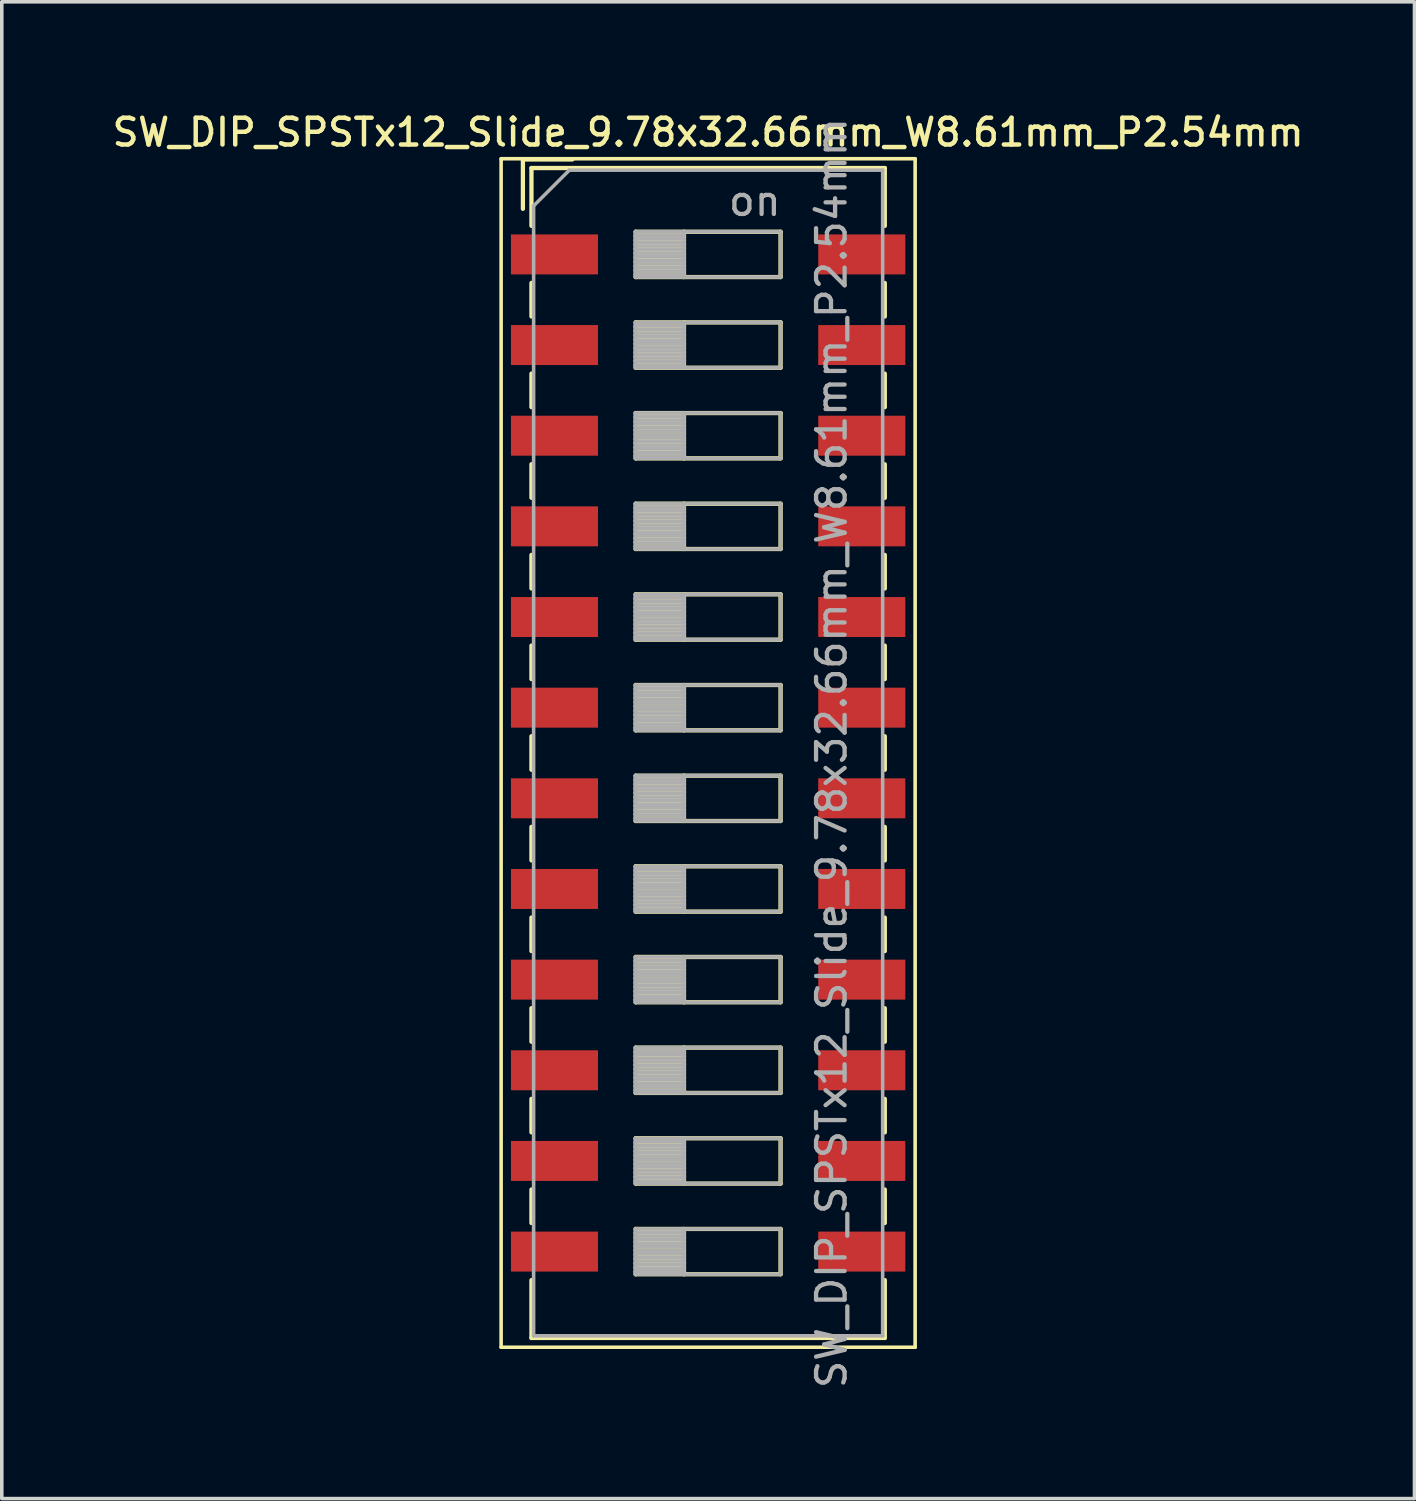
<source format=kicad_pcb>
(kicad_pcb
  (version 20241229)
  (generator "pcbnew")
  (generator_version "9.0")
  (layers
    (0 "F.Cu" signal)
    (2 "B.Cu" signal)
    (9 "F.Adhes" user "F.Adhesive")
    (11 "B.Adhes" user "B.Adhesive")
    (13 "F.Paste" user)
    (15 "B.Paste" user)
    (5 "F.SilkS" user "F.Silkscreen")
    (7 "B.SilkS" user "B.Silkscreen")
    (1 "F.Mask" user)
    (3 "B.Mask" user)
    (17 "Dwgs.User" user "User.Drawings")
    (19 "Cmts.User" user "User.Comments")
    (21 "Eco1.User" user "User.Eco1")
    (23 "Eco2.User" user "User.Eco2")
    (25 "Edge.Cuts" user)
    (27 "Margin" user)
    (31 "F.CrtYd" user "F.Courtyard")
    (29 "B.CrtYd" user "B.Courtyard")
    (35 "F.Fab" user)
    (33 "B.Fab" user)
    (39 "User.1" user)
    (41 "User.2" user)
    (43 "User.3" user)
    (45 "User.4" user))
  (footprint "SW_DIP_SPSTx12_Slide_9.78x32.66mm_W8.61mm_P2.54mm"
    (layer "F.Cu")
    (at 16.791 18.048)
    (property "Reference" "SW_DIP_SPSTx12_Slide_9.78x32.66mm_W8.61mm_P2.54mm" (at 0 -17.39 0) (layer "F.SilkS") (effects (font (size 0.75 0.75) (thickness 0.125))))
    (attr smd)
    (fp_line (start -5.8 -16.65) (end -5.8 16.65) (stroke (width 0.1) (type solid)) (layer "F.SilkS"))
    (fp_line (start -5.8 16.65) (end 5.8 16.65) (stroke (width 0.1) (type solid)) (layer "F.SilkS"))
    (fp_line (start -5.19 -16.63) (end -5.19 -15.247) (stroke (width 0.12) (type solid)) (layer "F.SilkS"))
    (fp_line (start -5.19 -16.63) (end -3.806 -16.63) (stroke (width 0.12) (type solid)) (layer "F.SilkS"))
    (fp_line (start -4.95 -16.39) (end -4.95 -14.77) (stroke (width 0.12) (type solid)) (layer "F.SilkS"))
    (fp_line (start -4.95 -16.39) (end 4.95 -16.39) (stroke (width 0.12) (type solid)) (layer "F.SilkS"))
    (fp_line (start -4.95 -13.17) (end -4.95 -12.23) (stroke (width 0.12) (type solid)) (layer "F.SilkS"))
    (fp_line (start -4.95 -10.63) (end -4.95 -9.69) (stroke (width 0.12) (type solid)) (layer "F.SilkS"))
    (fp_line (start -4.95 -8.09) (end -4.95 -7.15) (stroke (width 0.12) (type solid)) (layer "F.SilkS"))
    (fp_line (start -4.95 -5.55) (end -4.95 -4.61) (stroke (width 0.12) (type solid)) (layer "F.SilkS"))
    (fp_line (start -4.95 -3.01) (end -4.95 -2.07) (stroke (width 0.12) (type solid)) (layer "F.SilkS"))
    (fp_line (start -4.95 -0.47) (end -4.95 0.47) (stroke (width 0.12) (type solid)) (layer "F.SilkS"))
    (fp_line (start -4.95 2.07) (end -4.95 3.01) (stroke (width 0.12) (type solid)) (layer "F.SilkS"))
    (fp_line (start -4.95 4.61) (end -4.95 5.55) (stroke (width 0.12) (type solid)) (layer "F.SilkS"))
    (fp_line (start -4.95 7.15) (end -4.95 8.09) (stroke (width 0.12) (type solid)) (layer "F.SilkS"))
    (fp_line (start -4.95 9.69) (end -4.95 10.63) (stroke (width 0.12) (type solid)) (layer "F.SilkS"))
    (fp_line (start -4.95 12.23) (end -4.95 13.17) (stroke (width 0.12) (type solid)) (layer "F.SilkS"))
    (fp_line (start -4.95 14.77) (end -4.95 16.39) (stroke (width 0.12) (type solid)) (layer "F.SilkS"))
    (fp_line (start -4.95 16.39) (end 4.95 16.39) (stroke (width 0.12) (type solid)) (layer "F.SilkS"))
    (fp_line (start -2.03 -14.605) (end -2.03 -13.335) (stroke (width 0.12) (type solid)) (layer "F.SilkS"))
    (fp_line (start -2.03 -14.485) (end -0.677 -14.485) (stroke (width 0.12) (type solid)) (layer "F.SilkS"))
    (fp_line (start -2.03 -14.365) (end -0.677 -14.365) (stroke (width 0.12) (type solid)) (layer "F.SilkS"))
    (fp_line (start -2.03 -14.245) (end -0.677 -14.245) (stroke (width 0.12) (type solid)) (layer "F.SilkS"))
    (fp_line (start -2.03 -14.125) (end -0.677 -14.125) (stroke (width 0.12) (type solid)) (layer "F.SilkS"))
    (fp_line (start -2.03 -14.005) (end -0.677 -14.005) (stroke (width 0.12) (type solid)) (layer "F.SilkS"))
    (fp_line (start -2.03 -13.885) (end -0.677 -13.885) (stroke (width 0.12) (type solid)) (layer "F.SilkS"))
    (fp_line (start -2.03 -13.765) (end -0.677 -13.765) (stroke (width 0.12) (type solid)) (layer "F.SilkS"))
    (fp_line (start -2.03 -13.645) (end -0.677 -13.645) (stroke (width 0.12) (type solid)) (layer "F.SilkS"))
    (fp_line (start -2.03 -13.525) (end -0.677 -13.525) (stroke (width 0.12) (type solid)) (layer "F.SilkS"))
    (fp_line (start -2.03 -13.405) (end -0.677 -13.405) (stroke (width 0.12) (type solid)) (layer "F.SilkS"))
    (fp_line (start -2.03 -13.335) (end 2.03 -13.335) (stroke (width 0.12) (type solid)) (layer "F.SilkS"))
    (fp_line (start -2.03 -12.065) (end -2.03 -10.795) (stroke (width 0.12) (type solid)) (layer "F.SilkS"))
    (fp_line (start -2.03 -11.945) (end -0.677 -11.945) (stroke (width 0.12) (type solid)) (layer "F.SilkS"))
    (fp_line (start -2.03 -11.825) (end -0.677 -11.825) (stroke (width 0.12) (type solid)) (layer "F.SilkS"))
    (fp_line (start -2.03 -11.705) (end -0.677 -11.705) (stroke (width 0.12) (type solid)) (layer "F.SilkS"))
    (fp_line (start -2.03 -11.585) (end -0.677 -11.585) (stroke (width 0.12) (type solid)) (layer "F.SilkS"))
    (fp_line (start -2.03 -11.465) (end -0.677 -11.465) (stroke (width 0.12) (type solid)) (layer "F.SilkS"))
    (fp_line (start -2.03 -11.345) (end -0.677 -11.345) (stroke (width 0.12) (type solid)) (layer "F.SilkS"))
    (fp_line (start -2.03 -11.225) (end -0.677 -11.225) (stroke (width 0.12) (type solid)) (layer "F.SilkS"))
    (fp_line (start -2.03 -11.105) (end -0.677 -11.105) (stroke (width 0.12) (type solid)) (layer "F.SilkS"))
    (fp_line (start -2.03 -10.985) (end -0.677 -10.985) (stroke (width 0.12) (type solid)) (layer "F.SilkS"))
    (fp_line (start -2.03 -10.865) (end -0.677 -10.865) (stroke (width 0.12) (type solid)) (layer "F.SilkS"))
    (fp_line (start -2.03 -10.795) (end 2.03 -10.795) (stroke (width 0.12) (type solid)) (layer "F.SilkS"))
    (fp_line (start -2.03 -9.525) (end -2.03 -8.255) (stroke (width 0.12) (type solid)) (layer "F.SilkS"))
    (fp_line (start -2.03 -9.405) (end -0.677 -9.405) (stroke (width 0.12) (type solid)) (layer "F.SilkS"))
    (fp_line (start -2.03 -9.285) (end -0.677 -9.285) (stroke (width 0.12) (type solid)) (layer "F.SilkS"))
    (fp_line (start -2.03 -9.165) (end -0.677 -9.165) (stroke (width 0.12) (type solid)) (layer "F.SilkS"))
    (fp_line (start -2.03 -9.045) (end -0.677 -9.045) (stroke (width 0.12) (type solid)) (layer "F.SilkS"))
    (fp_line (start -2.03 -8.925) (end -0.677 -8.925) (stroke (width 0.12) (type solid)) (layer "F.SilkS"))
    (fp_line (start -2.03 -8.805) (end -0.677 -8.805) (stroke (width 0.12) (type solid)) (layer "F.SilkS"))
    (fp_line (start -2.03 -8.685) (end -0.677 -8.685) (stroke (width 0.12) (type solid)) (layer "F.SilkS"))
    (fp_line (start -2.03 -8.565) (end -0.677 -8.565) (stroke (width 0.12) (type solid)) (layer "F.SilkS"))
    (fp_line (start -2.03 -8.445) (end -0.677 -8.445) (stroke (width 0.12) (type solid)) (layer "F.SilkS"))
    (fp_line (start -2.03 -8.325) (end -0.677 -8.325) (stroke (width 0.12) (type solid)) (layer "F.SilkS"))
    (fp_line (start -2.03 -8.255) (end 2.03 -8.255) (stroke (width 0.12) (type solid)) (layer "F.SilkS"))
    (fp_line (start -2.03 -6.985) (end -2.03 -5.715) (stroke (width 0.12) (type solid)) (layer "F.SilkS"))
    (fp_line (start -2.03 -6.865) (end -0.677 -6.865) (stroke (width 0.12) (type solid)) (layer "F.SilkS"))
    (fp_line (start -2.03 -6.745) (end -0.677 -6.745) (stroke (width 0.12) (type solid)) (layer "F.SilkS"))
    (fp_line (start -2.03 -6.625) (end -0.677 -6.625) (stroke (width 0.12) (type solid)) (layer "F.SilkS"))
    (fp_line (start -2.03 -6.505) (end -0.677 -6.505) (stroke (width 0.12) (type solid)) (layer "F.SilkS"))
    (fp_line (start -2.03 -6.385) (end -0.677 -6.385) (stroke (width 0.12) (type solid)) (layer "F.SilkS"))
    (fp_line (start -2.03 -6.265) (end -0.677 -6.265) (stroke (width 0.12) (type solid)) (layer "F.SilkS"))
    (fp_line (start -2.03 -6.145) (end -0.677 -6.145) (stroke (width 0.12) (type solid)) (layer "F.SilkS"))
    (fp_line (start -2.03 -6.025) (end -0.677 -6.025) (stroke (width 0.12) (type solid)) (layer "F.SilkS"))
    (fp_line (start -2.03 -5.905) (end -0.677 -5.905) (stroke (width 0.12) (type solid)) (layer "F.SilkS"))
    (fp_line (start -2.03 -5.785) (end -0.677 -5.785) (stroke (width 0.12) (type solid)) (layer "F.SilkS"))
    (fp_line (start -2.03 -5.715) (end 2.03 -5.715) (stroke (width 0.12) (type solid)) (layer "F.SilkS"))
    (fp_line (start -2.03 -4.445) (end -2.03 -3.175) (stroke (width 0.12) (type solid)) (layer "F.SilkS"))
    (fp_line (start -2.03 -4.325) (end -0.677 -4.325) (stroke (width 0.12) (type solid)) (layer "F.SilkS"))
    (fp_line (start -2.03 -4.205) (end -0.677 -4.205) (stroke (width 0.12) (type solid)) (layer "F.SilkS"))
    (fp_line (start -2.03 -4.085) (end -0.677 -4.085) (stroke (width 0.12) (type solid)) (layer "F.SilkS"))
    (fp_line (start -2.03 -3.965) (end -0.677 -3.965) (stroke (width 0.12) (type solid)) (layer "F.SilkS"))
    (fp_line (start -2.03 -3.845) (end -0.677 -3.845) (stroke (width 0.12) (type solid)) (layer "F.SilkS"))
    (fp_line (start -2.03 -3.725) (end -0.677 -3.725) (stroke (width 0.12) (type solid)) (layer "F.SilkS"))
    (fp_line (start -2.03 -3.605) (end -0.677 -3.605) (stroke (width 0.12) (type solid)) (layer "F.SilkS"))
    (fp_line (start -2.03 -3.485) (end -0.677 -3.485) (stroke (width 0.12) (type solid)) (layer "F.SilkS"))
    (fp_line (start -2.03 -3.365) (end -0.677 -3.365) (stroke (width 0.12) (type solid)) (layer "F.SilkS"))
    (fp_line (start -2.03 -3.245) (end -0.677 -3.245) (stroke (width 0.12) (type solid)) (layer "F.SilkS"))
    (fp_line (start -2.03 -3.175) (end 2.03 -3.175) (stroke (width 0.12) (type solid)) (layer "F.SilkS"))
    (fp_line (start -2.03 -1.905) (end -2.03 -0.635) (stroke (width 0.12) (type solid)) (layer "F.SilkS"))
    (fp_line (start -2.03 -1.785) (end -0.677 -1.785) (stroke (width 0.12) (type solid)) (layer "F.SilkS"))
    (fp_line (start -2.03 -1.665) (end -0.677 -1.665) (stroke (width 0.12) (type solid)) (layer "F.SilkS"))
    (fp_line (start -2.03 -1.545) (end -0.677 -1.545) (stroke (width 0.12) (type solid)) (layer "F.SilkS"))
    (fp_line (start -2.03 -1.425) (end -0.677 -1.425) (stroke (width 0.12) (type solid)) (layer "F.SilkS"))
    (fp_line (start -2.03 -1.305) (end -0.677 -1.305) (stroke (width 0.12) (type solid)) (layer "F.SilkS"))
    (fp_line (start -2.03 -1.185) (end -0.677 -1.185) (stroke (width 0.12) (type solid)) (layer "F.SilkS"))
    (fp_line (start -2.03 -1.065) (end -0.677 -1.065) (stroke (width 0.12) (type solid)) (layer "F.SilkS"))
    (fp_line (start -2.03 -0.945) (end -0.677 -0.945) (stroke (width 0.12) (type solid)) (layer "F.SilkS"))
    (fp_line (start -2.03 -0.825) (end -0.677 -0.825) (stroke (width 0.12) (type solid)) (layer "F.SilkS"))
    (fp_line (start -2.03 -0.705) (end -0.677 -0.705) (stroke (width 0.12) (type solid)) (layer "F.SilkS"))
    (fp_line (start -2.03 -0.635) (end 2.03 -0.635) (stroke (width 0.12) (type solid)) (layer "F.SilkS"))
    (fp_line (start -2.03 0.635) (end -2.03 1.905) (stroke (width 0.12) (type solid)) (layer "F.SilkS"))
    (fp_line (start -2.03 0.755) (end -0.677 0.755) (stroke (width 0.12) (type solid)) (layer "F.SilkS"))
    (fp_line (start -2.03 0.875) (end -0.677 0.875) (stroke (width 0.12) (type solid)) (layer "F.SilkS"))
    (fp_line (start -2.03 0.995) (end -0.677 0.995) (stroke (width 0.12) (type solid)) (layer "F.SilkS"))
    (fp_line (start -2.03 1.115) (end -0.677 1.115) (stroke (width 0.12) (type solid)) (layer "F.SilkS"))
    (fp_line (start -2.03 1.235) (end -0.677 1.235) (stroke (width 0.12) (type solid)) (layer "F.SilkS"))
    (fp_line (start -2.03 1.355) (end -0.677 1.355) (stroke (width 0.12) (type solid)) (layer "F.SilkS"))
    (fp_line (start -2.03 1.475) (end -0.677 1.475) (stroke (width 0.12) (type solid)) (layer "F.SilkS"))
    (fp_line (start -2.03 1.595) (end -0.677 1.595) (stroke (width 0.12) (type solid)) (layer "F.SilkS"))
    (fp_line (start -2.03 1.715) (end -0.677 1.715) (stroke (width 0.12) (type solid)) (layer "F.SilkS"))
    (fp_line (start -2.03 1.835) (end -0.677 1.835) (stroke (width 0.12) (type solid)) (layer "F.SilkS"))
    (fp_line (start -2.03 1.905) (end 2.03 1.905) (stroke (width 0.12) (type solid)) (layer "F.SilkS"))
    (fp_line (start -2.03 3.175) (end -2.03 4.445) (stroke (width 0.12) (type solid)) (layer "F.SilkS"))
    (fp_line (start -2.03 3.295) (end -0.677 3.295) (stroke (width 0.12) (type solid)) (layer "F.SilkS"))
    (fp_line (start -2.03 3.415) (end -0.677 3.415) (stroke (width 0.12) (type solid)) (layer "F.SilkS"))
    (fp_line (start -2.03 3.535) (end -0.677 3.535) (stroke (width 0.12) (type solid)) (layer "F.SilkS"))
    (fp_line (start -2.03 3.655) (end -0.677 3.655) (stroke (width 0.12) (type solid)) (layer "F.SilkS"))
    (fp_line (start -2.03 3.775) (end -0.677 3.775) (stroke (width 0.12) (type solid)) (layer "F.SilkS"))
    (fp_line (start -2.03 3.895) (end -0.677 3.895) (stroke (width 0.12) (type solid)) (layer "F.SilkS"))
    (fp_line (start -2.03 4.015) (end -0.677 4.015) (stroke (width 0.12) (type solid)) (layer "F.SilkS"))
    (fp_line (start -2.03 4.135) (end -0.677 4.135) (stroke (width 0.12) (type solid)) (layer "F.SilkS"))
    (fp_line (start -2.03 4.255) (end -0.677 4.255) (stroke (width 0.12) (type solid)) (layer "F.SilkS"))
    (fp_line (start -2.03 4.375) (end -0.677 4.375) (stroke (width 0.12) (type solid)) (layer "F.SilkS"))
    (fp_line (start -2.03 4.445) (end 2.03 4.445) (stroke (width 0.12) (type solid)) (layer "F.SilkS"))
    (fp_line (start -2.03 5.715) (end -2.03 6.985) (stroke (width 0.12) (type solid)) (layer "F.SilkS"))
    (fp_line (start -2.03 5.835) (end -0.677 5.835) (stroke (width 0.12) (type solid)) (layer "F.SilkS"))
    (fp_line (start -2.03 5.955) (end -0.677 5.955) (stroke (width 0.12) (type solid)) (layer "F.SilkS"))
    (fp_line (start -2.03 6.075) (end -0.677 6.075) (stroke (width 0.12) (type solid)) (layer "F.SilkS"))
    (fp_line (start -2.03 6.195) (end -0.677 6.195) (stroke (width 0.12) (type solid)) (layer "F.SilkS"))
    (fp_line (start -2.03 6.315) (end -0.677 6.315) (stroke (width 0.12) (type solid)) (layer "F.SilkS"))
    (fp_line (start -2.03 6.435) (end -0.677 6.435) (stroke (width 0.12) (type solid)) (layer "F.SilkS"))
    (fp_line (start -2.03 6.555) (end -0.677 6.555) (stroke (width 0.12) (type solid)) (layer "F.SilkS"))
    (fp_line (start -2.03 6.675) (end -0.677 6.675) (stroke (width 0.12) (type solid)) (layer "F.SilkS"))
    (fp_line (start -2.03 6.795) (end -0.677 6.795) (stroke (width 0.12) (type solid)) (layer "F.SilkS"))
    (fp_line (start -2.03 6.915) (end -0.677 6.915) (stroke (width 0.12) (type solid)) (layer "F.SilkS"))
    (fp_line (start -2.03 6.985) (end 2.03 6.985) (stroke (width 0.12) (type solid)) (layer "F.SilkS"))
    (fp_line (start -2.03 8.255) (end -2.03 9.525) (stroke (width 0.12) (type solid)) (layer "F.SilkS"))
    (fp_line (start -2.03 8.375) (end -0.677 8.375) (stroke (width 0.12) (type solid)) (layer "F.SilkS"))
    (fp_line (start -2.03 8.495) (end -0.677 8.495) (stroke (width 0.12) (type solid)) (layer "F.SilkS"))
    (fp_line (start -2.03 8.615) (end -0.677 8.615) (stroke (width 0.12) (type solid)) (layer "F.SilkS"))
    (fp_line (start -2.03 8.735) (end -0.677 8.735) (stroke (width 0.12) (type solid)) (layer "F.SilkS"))
    (fp_line (start -2.03 8.855) (end -0.677 8.855) (stroke (width 0.12) (type solid)) (layer "F.SilkS"))
    (fp_line (start -2.03 8.975) (end -0.677 8.975) (stroke (width 0.12) (type solid)) (layer "F.SilkS"))
    (fp_line (start -2.03 9.095) (end -0.677 9.095) (stroke (width 0.12) (type solid)) (layer "F.SilkS"))
    (fp_line (start -2.03 9.215) (end -0.677 9.215) (stroke (width 0.12) (type solid)) (layer "F.SilkS"))
    (fp_line (start -2.03 9.335) (end -0.677 9.335) (stroke (width 0.12) (type solid)) (layer "F.SilkS"))
    (fp_line (start -2.03 9.455) (end -0.677 9.455) (stroke (width 0.12) (type solid)) (layer "F.SilkS"))
    (fp_line (start -2.03 9.525) (end 2.03 9.525) (stroke (width 0.12) (type solid)) (layer "F.SilkS"))
    (fp_line (start -2.03 10.795) (end -2.03 12.065) (stroke (width 0.12) (type solid)) (layer "F.SilkS"))
    (fp_line (start -2.03 10.915) (end -0.677 10.915) (stroke (width 0.12) (type solid)) (layer "F.SilkS"))
    (fp_line (start -2.03 11.035) (end -0.677 11.035) (stroke (width 0.12) (type solid)) (layer "F.SilkS"))
    (fp_line (start -2.03 11.155) (end -0.677 11.155) (stroke (width 0.12) (type solid)) (layer "F.SilkS"))
    (fp_line (start -2.03 11.275) (end -0.677 11.275) (stroke (width 0.12) (type solid)) (layer "F.SilkS"))
    (fp_line (start -2.03 11.395) (end -0.677 11.395) (stroke (width 0.12) (type solid)) (layer "F.SilkS"))
    (fp_line (start -2.03 11.515) (end -0.677 11.515) (stroke (width 0.12) (type solid)) (layer "F.SilkS"))
    (fp_line (start -2.03 11.635) (end -0.677 11.635) (stroke (width 0.12) (type solid)) (layer "F.SilkS"))
    (fp_line (start -2.03 11.755) (end -0.677 11.755) (stroke (width 0.12) (type solid)) (layer "F.SilkS"))
    (fp_line (start -2.03 11.875) (end -0.677 11.875) (stroke (width 0.12) (type solid)) (layer "F.SilkS"))
    (fp_line (start -2.03 11.995) (end -0.677 11.995) (stroke (width 0.12) (type solid)) (layer "F.SilkS"))
    (fp_line (start -2.03 12.065) (end 2.03 12.065) (stroke (width 0.12) (type solid)) (layer "F.SilkS"))
    (fp_line (start -2.03 13.335) (end -2.03 14.605) (stroke (width 0.12) (type solid)) (layer "F.SilkS"))
    (fp_line (start -2.03 13.455) (end -0.677 13.455) (stroke (width 0.12) (type solid)) (layer "F.SilkS"))
    (fp_line (start -2.03 13.575) (end -0.677 13.575) (stroke (width 0.12) (type solid)) (layer "F.SilkS"))
    (fp_line (start -2.03 13.695) (end -0.677 13.695) (stroke (width 0.12) (type solid)) (layer "F.SilkS"))
    (fp_line (start -2.03 13.815) (end -0.677 13.815) (stroke (width 0.12) (type solid)) (layer "F.SilkS"))
    (fp_line (start -2.03 13.935) (end -0.677 13.935) (stroke (width 0.12) (type solid)) (layer "F.SilkS"))
    (fp_line (start -2.03 14.055) (end -0.677 14.055) (stroke (width 0.12) (type solid)) (layer "F.SilkS"))
    (fp_line (start -2.03 14.175) (end -0.677 14.175) (stroke (width 0.12) (type solid)) (layer "F.SilkS"))
    (fp_line (start -2.03 14.295) (end -0.677 14.295) (stroke (width 0.12) (type solid)) (layer "F.SilkS"))
    (fp_line (start -2.03 14.415) (end -0.677 14.415) (stroke (width 0.12) (type solid)) (layer "F.SilkS"))
    (fp_line (start -2.03 14.535) (end -0.677 14.535) (stroke (width 0.12) (type solid)) (layer "F.SilkS"))
    (fp_line (start -2.03 14.605) (end 2.03 14.605) (stroke (width 0.12) (type solid)) (layer "F.SilkS"))
    (fp_line (start -0.677 -14.605) (end -0.677 -13.335) (stroke (width 0.12) (type solid)) (layer "F.SilkS"))
    (fp_line (start -0.677 -12.065) (end -0.677 -10.795) (stroke (width 0.12) (type solid)) (layer "F.SilkS"))
    (fp_line (start -0.677 -9.525) (end -0.677 -8.255) (stroke (width 0.12) (type solid)) (layer "F.SilkS"))
    (fp_line (start -0.677 -6.985) (end -0.677 -5.715) (stroke (width 0.12) (type solid)) (layer "F.SilkS"))
    (fp_line (start -0.677 -4.445) (end -0.677 -3.175) (stroke (width 0.12) (type solid)) (layer "F.SilkS"))
    (fp_line (start -0.677 -1.905) (end -0.677 -0.635) (stroke (width 0.12) (type solid)) (layer "F.SilkS"))
    (fp_line (start -0.677 0.635) (end -0.677 1.905) (stroke (width 0.12) (type solid)) (layer "F.SilkS"))
    (fp_line (start -0.677 3.175) (end -0.677 4.445) (stroke (width 0.12) (type solid)) (layer "F.SilkS"))
    (fp_line (start -0.677 5.715) (end -0.677 6.985) (stroke (width 0.12) (type solid)) (layer "F.SilkS"))
    (fp_line (start -0.677 8.255) (end -0.677 9.525) (stroke (width 0.12) (type solid)) (layer "F.SilkS"))
    (fp_line (start -0.677 10.795) (end -0.677 12.065) (stroke (width 0.12) (type solid)) (layer "F.SilkS"))
    (fp_line (start -0.677 13.335) (end -0.677 14.605) (stroke (width 0.12) (type solid)) (layer "F.SilkS"))
    (fp_line (start 2.03 -14.605) (end -2.03 -14.605) (stroke (width 0.12) (type solid)) (layer "F.SilkS"))
    (fp_line (start 2.03 -13.335) (end 2.03 -14.605) (stroke (width 0.12) (type solid)) (layer "F.SilkS"))
    (fp_line (start 2.03 -12.065) (end -2.03 -12.065) (stroke (width 0.12) (type solid)) (layer "F.SilkS"))
    (fp_line (start 2.03 -10.795) (end 2.03 -12.065) (stroke (width 0.12) (type solid)) (layer "F.SilkS"))
    (fp_line (start 2.03 -9.525) (end -2.03 -9.525) (stroke (width 0.12) (type solid)) (layer "F.SilkS"))
    (fp_line (start 2.03 -8.255) (end 2.03 -9.525) (stroke (width 0.12) (type solid)) (layer "F.SilkS"))
    (fp_line (start 2.03 -6.985) (end -2.03 -6.985) (stroke (width 0.12) (type solid)) (layer "F.SilkS"))
    (fp_line (start 2.03 -5.715) (end 2.03 -6.985) (stroke (width 0.12) (type solid)) (layer "F.SilkS"))
    (fp_line (start 2.03 -4.445) (end -2.03 -4.445) (stroke (width 0.12) (type solid)) (layer "F.SilkS"))
    (fp_line (start 2.03 -3.175) (end 2.03 -4.445) (stroke (width 0.12) (type solid)) (layer "F.SilkS"))
    (fp_line (start 2.03 -1.905) (end -2.03 -1.905) (stroke (width 0.12) (type solid)) (layer "F.SilkS"))
    (fp_line (start 2.03 -0.635) (end 2.03 -1.905) (stroke (width 0.12) (type solid)) (layer "F.SilkS"))
    (fp_line (start 2.03 0.635) (end -2.03 0.635) (stroke (width 0.12) (type solid)) (layer "F.SilkS"))
    (fp_line (start 2.03 1.905) (end 2.03 0.635) (stroke (width 0.12) (type solid)) (layer "F.SilkS"))
    (fp_line (start 2.03 3.175) (end -2.03 3.175) (stroke (width 0.12) (type solid)) (layer "F.SilkS"))
    (fp_line (start 2.03 4.445) (end 2.03 3.175) (stroke (width 0.12) (type solid)) (layer "F.SilkS"))
    (fp_line (start 2.03 5.715) (end -2.03 5.715) (stroke (width 0.12) (type solid)) (layer "F.SilkS"))
    (fp_line (start 2.03 6.985) (end 2.03 5.715) (stroke (width 0.12) (type solid)) (layer "F.SilkS"))
    (fp_line (start 2.03 8.255) (end -2.03 8.255) (stroke (width 0.12) (type solid)) (layer "F.SilkS"))
    (fp_line (start 2.03 9.525) (end 2.03 8.255) (stroke (width 0.12) (type solid)) (layer "F.SilkS"))
    (fp_line (start 2.03 10.795) (end -2.03 10.795) (stroke (width 0.12) (type solid)) (layer "F.SilkS"))
    (fp_line (start 2.03 12.065) (end 2.03 10.795) (stroke (width 0.12) (type solid)) (layer "F.SilkS"))
    (fp_line (start 2.03 13.335) (end -2.03 13.335) (stroke (width 0.12) (type solid)) (layer "F.SilkS"))
    (fp_line (start 2.03 14.605) (end 2.03 13.335) (stroke (width 0.12) (type solid)) (layer "F.SilkS"))
    (fp_line (start 4.95 -16.39) (end 4.95 -14.77) (stroke (width 0.12) (type solid)) (layer "F.SilkS"))
    (fp_line (start 4.95 -13.169) (end 4.95 -12.229) (stroke (width 0.12) (type solid)) (layer "F.SilkS"))
    (fp_line (start 4.95 -10.629) (end 4.95 -9.689) (stroke (width 0.12) (type solid)) (layer "F.SilkS"))
    (fp_line (start 4.95 -8.089) (end 4.95 -7.149) (stroke (width 0.12) (type solid)) (layer "F.SilkS"))
    (fp_line (start 4.95 -5.549) (end 4.95 -4.609) (stroke (width 0.12) (type solid)) (layer "F.SilkS"))
    (fp_line (start 4.95 -3.009) (end 4.95 -2.069) (stroke (width 0.12) (type solid)) (layer "F.SilkS"))
    (fp_line (start 4.95 -0.469) (end 4.95 0.471) (stroke (width 0.12) (type solid)) (layer "F.SilkS"))
    (fp_line (start 4.95 2.071) (end 4.95 3.011) (stroke (width 0.12) (type solid)) (layer "F.SilkS"))
    (fp_line (start 4.95 4.611) (end 4.95 5.551) (stroke (width 0.12) (type solid)) (layer "F.SilkS"))
    (fp_line (start 4.95 7.151) (end 4.95 8.09) (stroke (width 0.12) (type solid)) (layer "F.SilkS"))
    (fp_line (start 4.95 9.691) (end 4.95 10.63) (stroke (width 0.12) (type solid)) (layer "F.SilkS"))
    (fp_line (start 4.95 12.231) (end 4.95 13.17) (stroke (width 0.12) (type solid)) (layer "F.SilkS"))
    (fp_line (start 4.95 14.77) (end 4.95 16.39) (stroke (width 0.12) (type solid)) (layer "F.SilkS"))
    (fp_line (start 5.8 -16.65) (end -5.8 -16.65) (stroke (width 0.1) (type solid)) (layer "F.SilkS"))
    (fp_line (start 5.8 16.65) (end 5.8 -16.65) (stroke (width 0.1) (type solid)) (layer "F.SilkS"))
    (fp_line (start -4.89 -15.33) (end -3.89 -16.33) (stroke (width 0.1) (type solid)) (layer "F.Fab"))
    (fp_line (start -4.89 16.33) (end -4.89 -15.33) (stroke (width 0.1) (type solid)) (layer "F.Fab"))
    (fp_line (start -3.89 -16.33) (end 4.89 -16.33) (stroke (width 0.1) (type solid)) (layer "F.Fab"))
    (fp_line (start -2.03 -14.605) (end -2.03 -13.335) (stroke (width 0.1) (type solid)) (layer "F.Fab"))
    (fp_line (start -2.03 -14.505) (end -0.677 -14.505) (stroke (width 0.1) (type solid)) (layer "F.Fab"))
    (fp_line (start -2.03 -14.405) (end -0.677 -14.405) (stroke (width 0.1) (type solid)) (layer "F.Fab"))
    (fp_line (start -2.03 -14.305) (end -0.677 -14.305) (stroke (width 0.1) (type solid)) (layer "F.Fab"))
    (fp_line (start -2.03 -14.205) (end -0.677 -14.205) (stroke (width 0.1) (type solid)) (layer "F.Fab"))
    (fp_line (start -2.03 -14.105) (end -0.677 -14.105) (stroke (width 0.1) (type solid)) (layer "F.Fab"))
    (fp_line (start -2.03 -14.005) (end -0.677 -14.005) (stroke (width 0.1) (type solid)) (layer "F.Fab"))
    (fp_line (start -2.03 -13.905) (end -0.677 -13.905) (stroke (width 0.1) (type solid)) (layer "F.Fab"))
    (fp_line (start -2.03 -13.805) (end -0.677 -13.805) (stroke (width 0.1) (type solid)) (layer "F.Fab"))
    (fp_line (start -2.03 -13.705) (end -0.677 -13.705) (stroke (width 0.1) (type solid)) (layer "F.Fab"))
    (fp_line (start -2.03 -13.605) (end -0.677 -13.605) (stroke (width 0.1) (type solid)) (layer "F.Fab"))
    (fp_line (start -2.03 -13.505) (end -0.677 -13.505) (stroke (width 0.1) (type solid)) (layer "F.Fab"))
    (fp_line (start -2.03 -13.405) (end -0.677 -13.405) (stroke (width 0.1) (type solid)) (layer "F.Fab"))
    (fp_line (start -2.03 -13.335) (end 2.03 -13.335) (stroke (width 0.1) (type solid)) (layer "F.Fab"))
    (fp_line (start -2.03 -12.065) (end -2.03 -10.795) (stroke (width 0.1) (type solid)) (layer "F.Fab"))
    (fp_line (start -2.03 -11.965) (end -0.677 -11.965) (stroke (width 0.1) (type solid)) (layer "F.Fab"))
    (fp_line (start -2.03 -11.865) (end -0.677 -11.865) (stroke (width 0.1) (type solid)) (layer "F.Fab"))
    (fp_line (start -2.03 -11.765) (end -0.677 -11.765) (stroke (width 0.1) (type solid)) (layer "F.Fab"))
    (fp_line (start -2.03 -11.665) (end -0.677 -11.665) (stroke (width 0.1) (type solid)) (layer "F.Fab"))
    (fp_line (start -2.03 -11.565) (end -0.677 -11.565) (stroke (width 0.1) (type solid)) (layer "F.Fab"))
    (fp_line (start -2.03 -11.465) (end -0.677 -11.465) (stroke (width 0.1) (type solid)) (layer "F.Fab"))
    (fp_line (start -2.03 -11.365) (end -0.677 -11.365) (stroke (width 0.1) (type solid)) (layer "F.Fab"))
    (fp_line (start -2.03 -11.265) (end -0.677 -11.265) (stroke (width 0.1) (type solid)) (layer "F.Fab"))
    (fp_line (start -2.03 -11.165) (end -0.677 -11.165) (stroke (width 0.1) (type solid)) (layer "F.Fab"))
    (fp_line (start -2.03 -11.065) (end -0.677 -11.065) (stroke (width 0.1) (type solid)) (layer "F.Fab"))
    (fp_line (start -2.03 -10.965) (end -0.677 -10.965) (stroke (width 0.1) (type solid)) (layer "F.Fab"))
    (fp_line (start -2.03 -10.865) (end -0.677 -10.865) (stroke (width 0.1) (type solid)) (layer "F.Fab"))
    (fp_line (start -2.03 -10.795) (end 2.03 -10.795) (stroke (width 0.1) (type solid)) (layer "F.Fab"))
    (fp_line (start -2.03 -9.525) (end -2.03 -8.255) (stroke (width 0.1) (type solid)) (layer "F.Fab"))
    (fp_line (start -2.03 -9.425) (end -0.677 -9.425) (stroke (width 0.1) (type solid)) (layer "F.Fab"))
    (fp_line (start -2.03 -9.325) (end -0.677 -9.325) (stroke (width 0.1) (type solid)) (layer "F.Fab"))
    (fp_line (start -2.03 -9.225) (end -0.677 -9.225) (stroke (width 0.1) (type solid)) (layer "F.Fab"))
    (fp_line (start -2.03 -9.125) (end -0.677 -9.125) (stroke (width 0.1) (type solid)) (layer "F.Fab"))
    (fp_line (start -2.03 -9.025) (end -0.677 -9.025) (stroke (width 0.1) (type solid)) (layer "F.Fab"))
    (fp_line (start -2.03 -8.925) (end -0.677 -8.925) (stroke (width 0.1) (type solid)) (layer "F.Fab"))
    (fp_line (start -2.03 -8.825) (end -0.677 -8.825) (stroke (width 0.1) (type solid)) (layer "F.Fab"))
    (fp_line (start -2.03 -8.725) (end -0.677 -8.725) (stroke (width 0.1) (type solid)) (layer "F.Fab"))
    (fp_line (start -2.03 -8.625) (end -0.677 -8.625) (stroke (width 0.1) (type solid)) (layer "F.Fab"))
    (fp_line (start -2.03 -8.525) (end -0.677 -8.525) (stroke (width 0.1) (type solid)) (layer "F.Fab"))
    (fp_line (start -2.03 -8.425) (end -0.677 -8.425) (stroke (width 0.1) (type solid)) (layer "F.Fab"))
    (fp_line (start -2.03 -8.325) (end -0.677 -8.325) (stroke (width 0.1) (type solid)) (layer "F.Fab"))
    (fp_line (start -2.03 -8.255) (end 2.03 -8.255) (stroke (width 0.1) (type solid)) (layer "F.Fab"))
    (fp_line (start -2.03 -6.985) (end -2.03 -5.715) (stroke (width 0.1) (type solid)) (layer "F.Fab"))
    (fp_line (start -2.03 -6.885) (end -0.677 -6.885) (stroke (width 0.1) (type solid)) (layer "F.Fab"))
    (fp_line (start -2.03 -6.785) (end -0.677 -6.785) (stroke (width 0.1) (type solid)) (layer "F.Fab"))
    (fp_line (start -2.03 -6.685) (end -0.677 -6.685) (stroke (width 0.1) (type solid)) (layer "F.Fab"))
    (fp_line (start -2.03 -6.585) (end -0.677 -6.585) (stroke (width 0.1) (type solid)) (layer "F.Fab"))
    (fp_line (start -2.03 -6.485) (end -0.677 -6.485) (stroke (width 0.1) (type solid)) (layer "F.Fab"))
    (fp_line (start -2.03 -6.385) (end -0.677 -6.385) (stroke (width 0.1) (type solid)) (layer "F.Fab"))
    (fp_line (start -2.03 -6.285) (end -0.677 -6.285) (stroke (width 0.1) (type solid)) (layer "F.Fab"))
    (fp_line (start -2.03 -6.185) (end -0.677 -6.185) (stroke (width 0.1) (type solid)) (layer "F.Fab"))
    (fp_line (start -2.03 -6.085) (end -0.677 -6.085) (stroke (width 0.1) (type solid)) (layer "F.Fab"))
    (fp_line (start -2.03 -5.985) (end -0.677 -5.985) (stroke (width 0.1) (type solid)) (layer "F.Fab"))
    (fp_line (start -2.03 -5.885) (end -0.677 -5.885) (stroke (width 0.1) (type solid)) (layer "F.Fab"))
    (fp_line (start -2.03 -5.785) (end -0.677 -5.785) (stroke (width 0.1) (type solid)) (layer "F.Fab"))
    (fp_line (start -2.03 -5.715) (end 2.03 -5.715) (stroke (width 0.1) (type solid)) (layer "F.Fab"))
    (fp_line (start -2.03 -4.445) (end -2.03 -3.175) (stroke (width 0.1) (type solid)) (layer "F.Fab"))
    (fp_line (start -2.03 -4.345) (end -0.677 -4.345) (stroke (width 0.1) (type solid)) (layer "F.Fab"))
    (fp_line (start -2.03 -4.245) (end -0.677 -4.245) (stroke (width 0.1) (type solid)) (layer "F.Fab"))
    (fp_line (start -2.03 -4.145) (end -0.677 -4.145) (stroke (width 0.1) (type solid)) (layer "F.Fab"))
    (fp_line (start -2.03 -4.045) (end -0.677 -4.045) (stroke (width 0.1) (type solid)) (layer "F.Fab"))
    (fp_line (start -2.03 -3.945) (end -0.677 -3.945) (stroke (width 0.1) (type solid)) (layer "F.Fab"))
    (fp_line (start -2.03 -3.845) (end -0.677 -3.845) (stroke (width 0.1) (type solid)) (layer "F.Fab"))
    (fp_line (start -2.03 -3.745) (end -0.677 -3.745) (stroke (width 0.1) (type solid)) (layer "F.Fab"))
    (fp_line (start -2.03 -3.645) (end -0.677 -3.645) (stroke (width 0.1) (type solid)) (layer "F.Fab"))
    (fp_line (start -2.03 -3.545) (end -0.677 -3.545) (stroke (width 0.1) (type solid)) (layer "F.Fab"))
    (fp_line (start -2.03 -3.445) (end -0.677 -3.445) (stroke (width 0.1) (type solid)) (layer "F.Fab"))
    (fp_line (start -2.03 -3.345) (end -0.677 -3.345) (stroke (width 0.1) (type solid)) (layer "F.Fab"))
    (fp_line (start -2.03 -3.245) (end -0.677 -3.245) (stroke (width 0.1) (type solid)) (layer "F.Fab"))
    (fp_line (start -2.03 -3.175) (end 2.03 -3.175) (stroke (width 0.1) (type solid)) (layer "F.Fab"))
    (fp_line (start -2.03 -1.905) (end -2.03 -0.635) (stroke (width 0.1) (type solid)) (layer "F.Fab"))
    (fp_line (start -2.03 -1.805) (end -0.677 -1.805) (stroke (width 0.1) (type solid)) (layer "F.Fab"))
    (fp_line (start -2.03 -1.705) (end -0.677 -1.705) (stroke (width 0.1) (type solid)) (layer "F.Fab"))
    (fp_line (start -2.03 -1.605) (end -0.677 -1.605) (stroke (width 0.1) (type solid)) (layer "F.Fab"))
    (fp_line (start -2.03 -1.505) (end -0.677 -1.505) (stroke (width 0.1) (type solid)) (layer "F.Fab"))
    (fp_line (start -2.03 -1.405) (end -0.677 -1.405) (stroke (width 0.1) (type solid)) (layer "F.Fab"))
    (fp_line (start -2.03 -1.305) (end -0.677 -1.305) (stroke (width 0.1) (type solid)) (layer "F.Fab"))
    (fp_line (start -2.03 -1.205) (end -0.677 -1.205) (stroke (width 0.1) (type solid)) (layer "F.Fab"))
    (fp_line (start -2.03 -1.105) (end -0.677 -1.105) (stroke (width 0.1) (type solid)) (layer "F.Fab"))
    (fp_line (start -2.03 -1.005) (end -0.677 -1.005) (stroke (width 0.1) (type solid)) (layer "F.Fab"))
    (fp_line (start -2.03 -0.905) (end -0.677 -0.905) (stroke (width 0.1) (type solid)) (layer "F.Fab"))
    (fp_line (start -2.03 -0.805) (end -0.677 -0.805) (stroke (width 0.1) (type solid)) (layer "F.Fab"))
    (fp_line (start -2.03 -0.705) (end -0.677 -0.705) (stroke (width 0.1) (type solid)) (layer "F.Fab"))
    (fp_line (start -2.03 -0.635) (end 2.03 -0.635) (stroke (width 0.1) (type solid)) (layer "F.Fab"))
    (fp_line (start -2.03 0.635) (end -2.03 1.905) (stroke (width 0.1) (type solid)) (layer "F.Fab"))
    (fp_line (start -2.03 0.735) (end -0.677 0.735) (stroke (width 0.1) (type solid)) (layer "F.Fab"))
    (fp_line (start -2.03 0.835) (end -0.677 0.835) (stroke (width 0.1) (type solid)) (layer "F.Fab"))
    (fp_line (start -2.03 0.935) (end -0.677 0.935) (stroke (width 0.1) (type solid)) (layer "F.Fab"))
    (fp_line (start -2.03 1.035) (end -0.677 1.035) (stroke (width 0.1) (type solid)) (layer "F.Fab"))
    (fp_line (start -2.03 1.135) (end -0.677 1.135) (stroke (width 0.1) (type solid)) (layer "F.Fab"))
    (fp_line (start -2.03 1.235) (end -0.677 1.235) (stroke (width 0.1) (type solid)) (layer "F.Fab"))
    (fp_line (start -2.03 1.335) (end -0.677 1.335) (stroke (width 0.1) (type solid)) (layer "F.Fab"))
    (fp_line (start -2.03 1.435) (end -0.677 1.435) (stroke (width 0.1) (type solid)) (layer "F.Fab"))
    (fp_line (start -2.03 1.535) (end -0.677 1.535) (stroke (width 0.1) (type solid)) (layer "F.Fab"))
    (fp_line (start -2.03 1.635) (end -0.677 1.635) (stroke (width 0.1) (type solid)) (layer "F.Fab"))
    (fp_line (start -2.03 1.735) (end -0.677 1.735) (stroke (width 0.1) (type solid)) (layer "F.Fab"))
    (fp_line (start -2.03 1.835) (end -0.677 1.835) (stroke (width 0.1) (type solid)) (layer "F.Fab"))
    (fp_line (start -2.03 1.905) (end 2.03 1.905) (stroke (width 0.1) (type solid)) (layer "F.Fab"))
    (fp_line (start -2.03 3.175) (end -2.03 4.445) (stroke (width 0.1) (type solid)) (layer "F.Fab"))
    (fp_line (start -2.03 3.275) (end -0.677 3.275) (stroke (width 0.1) (type solid)) (layer "F.Fab"))
    (fp_line (start -2.03 3.375) (end -0.677 3.375) (stroke (width 0.1) (type solid)) (layer "F.Fab"))
    (fp_line (start -2.03 3.475) (end -0.677 3.475) (stroke (width 0.1) (type solid)) (layer "F.Fab"))
    (fp_line (start -2.03 3.575) (end -0.677 3.575) (stroke (width 0.1) (type solid)) (layer "F.Fab"))
    (fp_line (start -2.03 3.675) (end -0.677 3.675) (stroke (width 0.1) (type solid)) (layer "F.Fab"))
    (fp_line (start -2.03 3.775) (end -0.677 3.775) (stroke (width 0.1) (type solid)) (layer "F.Fab"))
    (fp_line (start -2.03 3.875) (end -0.677 3.875) (stroke (width 0.1) (type solid)) (layer "F.Fab"))
    (fp_line (start -2.03 3.975) (end -0.677 3.975) (stroke (width 0.1) (type solid)) (layer "F.Fab"))
    (fp_line (start -2.03 4.075) (end -0.677 4.075) (stroke (width 0.1) (type solid)) (layer "F.Fab"))
    (fp_line (start -2.03 4.175) (end -0.677 4.175) (stroke (width 0.1) (type solid)) (layer "F.Fab"))
    (fp_line (start -2.03 4.275) (end -0.677 4.275) (stroke (width 0.1) (type solid)) (layer "F.Fab"))
    (fp_line (start -2.03 4.375) (end -0.677 4.375) (stroke (width 0.1) (type solid)) (layer "F.Fab"))
    (fp_line (start -2.03 4.445) (end 2.03 4.445) (stroke (width 0.1) (type solid)) (layer "F.Fab"))
    (fp_line (start -2.03 5.715) (end -2.03 6.985) (stroke (width 0.1) (type solid)) (layer "F.Fab"))
    (fp_line (start -2.03 5.815) (end -0.677 5.815) (stroke (width 0.1) (type solid)) (layer "F.Fab"))
    (fp_line (start -2.03 5.915) (end -0.677 5.915) (stroke (width 0.1) (type solid)) (layer "F.Fab"))
    (fp_line (start -2.03 6.015) (end -0.677 6.015) (stroke (width 0.1) (type solid)) (layer "F.Fab"))
    (fp_line (start -2.03 6.115) (end -0.677 6.115) (stroke (width 0.1) (type solid)) (layer "F.Fab"))
    (fp_line (start -2.03 6.215) (end -0.677 6.215) (stroke (width 0.1) (type solid)) (layer "F.Fab"))
    (fp_line (start -2.03 6.315) (end -0.677 6.315) (stroke (width 0.1) (type solid)) (layer "F.Fab"))
    (fp_line (start -2.03 6.415) (end -0.677 6.415) (stroke (width 0.1) (type solid)) (layer "F.Fab"))
    (fp_line (start -2.03 6.515) (end -0.677 6.515) (stroke (width 0.1) (type solid)) (layer "F.Fab"))
    (fp_line (start -2.03 6.615) (end -0.677 6.615) (stroke (width 0.1) (type solid)) (layer "F.Fab"))
    (fp_line (start -2.03 6.715) (end -0.677 6.715) (stroke (width 0.1) (type solid)) (layer "F.Fab"))
    (fp_line (start -2.03 6.815) (end -0.677 6.815) (stroke (width 0.1) (type solid)) (layer "F.Fab"))
    (fp_line (start -2.03 6.915) (end -0.677 6.915) (stroke (width 0.1) (type solid)) (layer "F.Fab"))
    (fp_line (start -2.03 6.985) (end 2.03 6.985) (stroke (width 0.1) (type solid)) (layer "F.Fab"))
    (fp_line (start -2.03 8.255) (end -2.03 9.525) (stroke (width 0.1) (type solid)) (layer "F.Fab"))
    (fp_line (start -2.03 8.355) (end -0.677 8.355) (stroke (width 0.1) (type solid)) (layer "F.Fab"))
    (fp_line (start -2.03 8.455) (end -0.677 8.455) (stroke (width 0.1) (type solid)) (layer "F.Fab"))
    (fp_line (start -2.03 8.555) (end -0.677 8.555) (stroke (width 0.1) (type solid)) (layer "F.Fab"))
    (fp_line (start -2.03 8.655) (end -0.677 8.655) (stroke (width 0.1) (type solid)) (layer "F.Fab"))
    (fp_line (start -2.03 8.755) (end -0.677 8.755) (stroke (width 0.1) (type solid)) (layer "F.Fab"))
    (fp_line (start -2.03 8.855) (end -0.677 8.855) (stroke (width 0.1) (type solid)) (layer "F.Fab"))
    (fp_line (start -2.03 8.955) (end -0.677 8.955) (stroke (width 0.1) (type solid)) (layer "F.Fab"))
    (fp_line (start -2.03 9.055) (end -0.677 9.055) (stroke (width 0.1) (type solid)) (layer "F.Fab"))
    (fp_line (start -2.03 9.155) (end -0.677 9.155) (stroke (width 0.1) (type solid)) (layer "F.Fab"))
    (fp_line (start -2.03 9.255) (end -0.677 9.255) (stroke (width 0.1) (type solid)) (layer "F.Fab"))
    (fp_line (start -2.03 9.355) (end -0.677 9.355) (stroke (width 0.1) (type solid)) (layer "F.Fab"))
    (fp_line (start -2.03 9.455) (end -0.677 9.455) (stroke (width 0.1) (type solid)) (layer "F.Fab"))
    (fp_line (start -2.03 9.525) (end 2.03 9.525) (stroke (width 0.1) (type solid)) (layer "F.Fab"))
    (fp_line (start -2.03 10.795) (end -2.03 12.065) (stroke (width 0.1) (type solid)) (layer "F.Fab"))
    (fp_line (start -2.03 10.895) (end -0.677 10.895) (stroke (width 0.1) (type solid)) (layer "F.Fab"))
    (fp_line (start -2.03 10.995) (end -0.677 10.995) (stroke (width 0.1) (type solid)) (layer "F.Fab"))
    (fp_line (start -2.03 11.095) (end -0.677 11.095) (stroke (width 0.1) (type solid)) (layer "F.Fab"))
    (fp_line (start -2.03 11.195) (end -0.677 11.195) (stroke (width 0.1) (type solid)) (layer "F.Fab"))
    (fp_line (start -2.03 11.295) (end -0.677 11.295) (stroke (width 0.1) (type solid)) (layer "F.Fab"))
    (fp_line (start -2.03 11.395) (end -0.677 11.395) (stroke (width 0.1) (type solid)) (layer "F.Fab"))
    (fp_line (start -2.03 11.495) (end -0.677 11.495) (stroke (width 0.1) (type solid)) (layer "F.Fab"))
    (fp_line (start -2.03 11.595) (end -0.677 11.595) (stroke (width 0.1) (type solid)) (layer "F.Fab"))
    (fp_line (start -2.03 11.695) (end -0.677 11.695) (stroke (width 0.1) (type solid)) (layer "F.Fab"))
    (fp_line (start -2.03 11.795) (end -0.677 11.795) (stroke (width 0.1) (type solid)) (layer "F.Fab"))
    (fp_line (start -2.03 11.895) (end -0.677 11.895) (stroke (width 0.1) (type solid)) (layer "F.Fab"))
    (fp_line (start -2.03 11.995) (end -0.677 11.995) (stroke (width 0.1) (type solid)) (layer "F.Fab"))
    (fp_line (start -2.03 12.065) (end 2.03 12.065) (stroke (width 0.1) (type solid)) (layer "F.Fab"))
    (fp_line (start -2.03 13.335) (end -2.03 14.605) (stroke (width 0.1) (type solid)) (layer "F.Fab"))
    (fp_line (start -2.03 13.435) (end -0.677 13.435) (stroke (width 0.1) (type solid)) (layer "F.Fab"))
    (fp_line (start -2.03 13.535) (end -0.677 13.535) (stroke (width 0.1) (type solid)) (layer "F.Fab"))
    (fp_line (start -2.03 13.635) (end -0.677 13.635) (stroke (width 0.1) (type solid)) (layer "F.Fab"))
    (fp_line (start -2.03 13.735) (end -0.677 13.735) (stroke (width 0.1) (type solid)) (layer "F.Fab"))
    (fp_line (start -2.03 13.835) (end -0.677 13.835) (stroke (width 0.1) (type solid)) (layer "F.Fab"))
    (fp_line (start -2.03 13.935) (end -0.677 13.935) (stroke (width 0.1) (type solid)) (layer "F.Fab"))
    (fp_line (start -2.03 14.035) (end -0.677 14.035) (stroke (width 0.1) (type solid)) (layer "F.Fab"))
    (fp_line (start -2.03 14.135) (end -0.677 14.135) (stroke (width 0.1) (type solid)) (layer "F.Fab"))
    (fp_line (start -2.03 14.235) (end -0.677 14.235) (stroke (width 0.1) (type solid)) (layer "F.Fab"))
    (fp_line (start -2.03 14.335) (end -0.677 14.335) (stroke (width 0.1) (type solid)) (layer "F.Fab"))
    (fp_line (start -2.03 14.435) (end -0.677 14.435) (stroke (width 0.1) (type solid)) (layer "F.Fab"))
    (fp_line (start -2.03 14.535) (end -0.677 14.535) (stroke (width 0.1) (type solid)) (layer "F.Fab"))
    (fp_line (start -2.03 14.605) (end 2.03 14.605) (stroke (width 0.1) (type solid)) (layer "F.Fab"))
    (fp_line (start -0.677 -14.605) (end -0.677 -13.335) (stroke (width 0.1) (type solid)) (layer "F.Fab"))
    (fp_line (start -0.677 -12.065) (end -0.677 -10.795) (stroke (width 0.1) (type solid)) (layer "F.Fab"))
    (fp_line (start -0.677 -9.525) (end -0.677 -8.255) (stroke (width 0.1) (type solid)) (layer "F.Fab"))
    (fp_line (start -0.677 -6.985) (end -0.677 -5.715) (stroke (width 0.1) (type solid)) (layer "F.Fab"))
    (fp_line (start -0.677 -4.445) (end -0.677 -3.175) (stroke (width 0.1) (type solid)) (layer "F.Fab"))
    (fp_line (start -0.677 -1.905) (end -0.677 -0.635) (stroke (width 0.1) (type solid)) (layer "F.Fab"))
    (fp_line (start -0.677 0.635) (end -0.677 1.905) (stroke (width 0.1) (type solid)) (layer "F.Fab"))
    (fp_line (start -0.677 3.175) (end -0.677 4.445) (stroke (width 0.1) (type solid)) (layer "F.Fab"))
    (fp_line (start -0.677 5.715) (end -0.677 6.985) (stroke (width 0.1) (type solid)) (layer "F.Fab"))
    (fp_line (start -0.677 8.255) (end -0.677 9.525) (stroke (width 0.1) (type solid)) (layer "F.Fab"))
    (fp_line (start -0.677 10.795) (end -0.677 12.065) (stroke (width 0.1) (type solid)) (layer "F.Fab"))
    (fp_line (start -0.677 13.335) (end -0.677 14.605) (stroke (width 0.1) (type solid)) (layer "F.Fab"))
    (fp_line (start 2.03 -14.605) (end -2.03 -14.605) (stroke (width 0.1) (type solid)) (layer "F.Fab"))
    (fp_line (start 2.03 -13.335) (end 2.03 -14.605) (stroke (width 0.1) (type solid)) (layer "F.Fab"))
    (fp_line (start 2.03 -12.065) (end -2.03 -12.065) (stroke (width 0.1) (type solid)) (layer "F.Fab"))
    (fp_line (start 2.03 -10.795) (end 2.03 -12.065) (stroke (width 0.1) (type solid)) (layer "F.Fab"))
    (fp_line (start 2.03 -9.525) (end -2.03 -9.525) (stroke (width 0.1) (type solid)) (layer "F.Fab"))
    (fp_line (start 2.03 -8.255) (end 2.03 -9.525) (stroke (width 0.1) (type solid)) (layer "F.Fab"))
    (fp_line (start 2.03 -6.985) (end -2.03 -6.985) (stroke (width 0.1) (type solid)) (layer "F.Fab"))
    (fp_line (start 2.03 -5.715) (end 2.03 -6.985) (stroke (width 0.1) (type solid)) (layer "F.Fab"))
    (fp_line (start 2.03 -4.445) (end -2.03 -4.445) (stroke (width 0.1) (type solid)) (layer "F.Fab"))
    (fp_line (start 2.03 -3.175) (end 2.03 -4.445) (stroke (width 0.1) (type solid)) (layer "F.Fab"))
    (fp_line (start 2.03 -1.905) (end -2.03 -1.905) (stroke (width 0.1) (type solid)) (layer "F.Fab"))
    (fp_line (start 2.03 -0.635) (end 2.03 -1.905) (stroke (width 0.1) (type solid)) (layer "F.Fab"))
    (fp_line (start 2.03 0.635) (end -2.03 0.635) (stroke (width 0.1) (type solid)) (layer "F.Fab"))
    (fp_line (start 2.03 1.905) (end 2.03 0.635) (stroke (width 0.1) (type solid)) (layer "F.Fab"))
    (fp_line (start 2.03 3.175) (end -2.03 3.175) (stroke (width 0.1) (type solid)) (layer "F.Fab"))
    (fp_line (start 2.03 4.445) (end 2.03 3.175) (stroke (width 0.1) (type solid)) (layer "F.Fab"))
    (fp_line (start 2.03 5.715) (end -2.03 5.715) (stroke (width 0.1) (type solid)) (layer "F.Fab"))
    (fp_line (start 2.03 6.985) (end 2.03 5.715) (stroke (width 0.1) (type solid)) (layer "F.Fab"))
    (fp_line (start 2.03 8.255) (end -2.03 8.255) (stroke (width 0.1) (type solid)) (layer "F.Fab"))
    (fp_line (start 2.03 9.525) (end 2.03 8.255) (stroke (width 0.1) (type solid)) (layer "F.Fab"))
    (fp_line (start 2.03 10.795) (end -2.03 10.795) (stroke (width 0.1) (type solid)) (layer "F.Fab"))
    (fp_line (start 2.03 12.065) (end 2.03 10.795) (stroke (width 0.1) (type solid)) (layer "F.Fab"))
    (fp_line (start 2.03 13.335) (end -2.03 13.335) (stroke (width 0.1) (type solid)) (layer "F.Fab"))
    (fp_line (start 2.03 14.605) (end 2.03 13.335) (stroke (width 0.1) (type solid)) (layer "F.Fab"))
    (fp_line (start 4.89 -16.33) (end 4.89 16.33) (stroke (width 0.1) (type solid)) (layer "F.Fab"))
    (fp_line (start 4.89 16.33) (end -4.89 16.33) (stroke (width 0.1) (type solid)) (layer "F.Fab"))
    (fp_text user "${REFERENCE}" (at 3.46 0 90) (layer "F.Fab") (effects (font (size 0.8 0.8) (thickness 0.12))))
    (fp_text user "on" (at 1.308 -15.467 0) (layer "F.Fab") (effects (font (size 0.8 0.8) (thickness 0.12))))
    (pad "1" smd rect (at -4.305 -13.97) (size 2.44 1.12) (layers "F.Cu" "F.Mask" "F.Paste"))
    (pad "2" smd rect (at -4.305 -11.43) (size 2.44 1.12) (layers "F.Cu" "F.Mask" "F.Paste"))
    (pad "3" smd rect (at -4.305 -8.89) (size 2.44 1.12) (layers "F.Cu" "F.Mask" "F.Paste"))
    (pad "4" smd rect (at -4.305 -6.35) (size 2.44 1.12) (layers "F.Cu" "F.Mask" "F.Paste"))
    (pad "5" smd rect (at -4.305 -3.81) (size 2.44 1.12) (layers "F.Cu" "F.Mask" "F.Paste"))
    (pad "6" smd rect (at -4.305 -1.27) (size 2.44 1.12) (layers "F.Cu" "F.Mask" "F.Paste"))
    (pad "7" smd rect (at -4.305 1.27) (size 2.44 1.12) (layers "F.Cu" "F.Mask" "F.Paste"))
    (pad "8" smd rect (at -4.305 3.81) (size 2.44 1.12) (layers "F.Cu" "F.Mask" "F.Paste"))
    (pad "9" smd rect (at -4.305 6.35) (size 2.44 1.12) (layers "F.Cu" "F.Mask" "F.Paste"))
    (pad "10" smd rect (at -4.305 8.89) (size 2.44 1.12) (layers "F.Cu" "F.Mask" "F.Paste"))
    (pad "11" smd rect (at -4.305 11.43) (size 2.44 1.12) (layers "F.Cu" "F.Mask" "F.Paste"))
    (pad "12" smd rect (at -4.305 13.97) (size 2.44 1.12) (layers "F.Cu" "F.Mask" "F.Paste"))
    (pad "13" smd rect (at 4.305 13.97) (size 2.44 1.12) (layers "F.Cu" "F.Mask" "F.Paste"))
    (pad "14" smd rect (at 4.305 11.43) (size 2.44 1.12) (layers "F.Cu" "F.Mask" "F.Paste"))
    (pad "15" smd rect (at 4.305 8.89) (size 2.44 1.12) (layers "F.Cu" "F.Mask" "F.Paste"))
    (pad "16" smd rect (at 4.305 6.35) (size 2.44 1.12) (layers "F.Cu" "F.Mask" "F.Paste"))
    (pad "17" smd rect (at 4.305 3.81) (size 2.44 1.12) (layers "F.Cu" "F.Mask" "F.Paste"))
    (pad "18" smd rect (at 4.305 1.27) (size 2.44 1.12) (layers "F.Cu" "F.Mask" "F.Paste"))
    (pad "19" smd rect (at 4.305 -1.27) (size 2.44 1.12) (layers "F.Cu" "F.Mask" "F.Paste"))
    (pad "20" smd rect (at 4.305 -3.81) (size 2.44 1.12) (layers "F.Cu" "F.Mask" "F.Paste"))
    (pad "21" smd rect (at 4.305 -6.35) (size 2.44 1.12) (layers "F.Cu" "F.Mask" "F.Paste"))
    (pad "22" smd rect (at 4.305 -8.89) (size 2.44 1.12) (layers "F.Cu" "F.Mask" "F.Paste"))
    (pad "23" smd rect (at 4.305 -11.43) (size 2.44 1.12) (layers "F.Cu" "F.Mask" "F.Paste"))
    (pad "24" smd rect (at 4.305 -13.97) (size 2.44 1.12) (layers "F.Cu" "F.Mask" "F.Paste")))
  (gr_rect
    (start -3 -3)
    (end 36.582 38.939)
    (stroke (width 0.1) (type default))
    (fill no)
    (layer "Edge.Cuts")))
</source>
